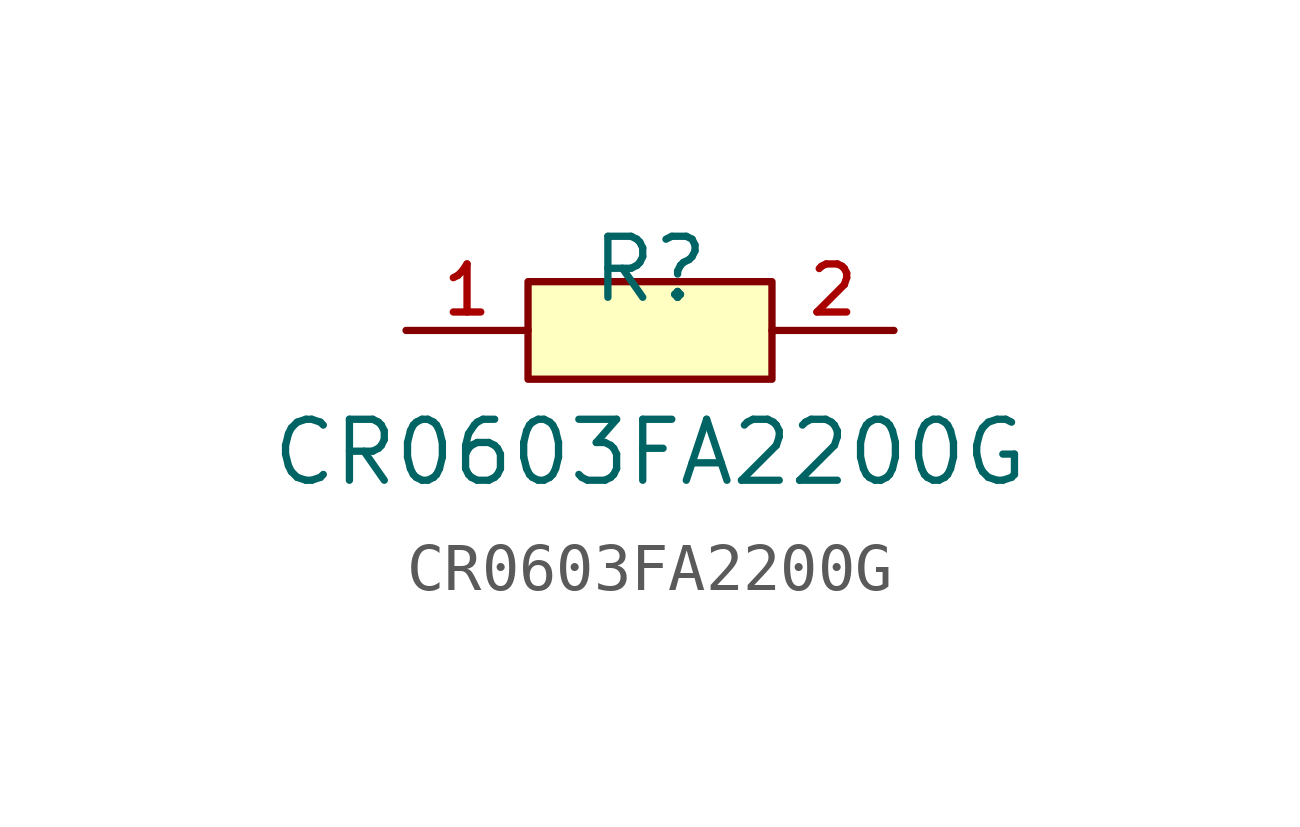
<source format=kicad_sym>
(kicad_symbol_lib
  (version 20210201)
  (generator TousstNicolas/JLC2KiCad_lib)
  (symbol "CR0603FA2200G"
    (pin_names hide)
    (property "Reference" "R"
      (at 0 1.27 0)
      (effects (font (size 1.27 1.27))))
    (property "Value" "CR0603FA2200G"
      (at 0 -2.54 0)
      (effects (font (size 1.27 1.27))))
    (symbol "CR0603FA2200G_0_1"
      (pin input line (at 5.08 -0.0 180) (length 2.54) (name "2" (effects (font (size 1 1)))) (number "2" (effects (font (size 1 1)))))
      (pin input line (at -5.08 -0.0 0) (length 2.54) (name "1" (effects (font (size 1 1)))) (number "1" (effects (font (size 1 1)))))
      (rectangle (start -2.54 1.016) (end 2.54 -1.016) (stroke (width 0) (type default) (color 0 0 0 0)) (fill (type background))))))
</source>
